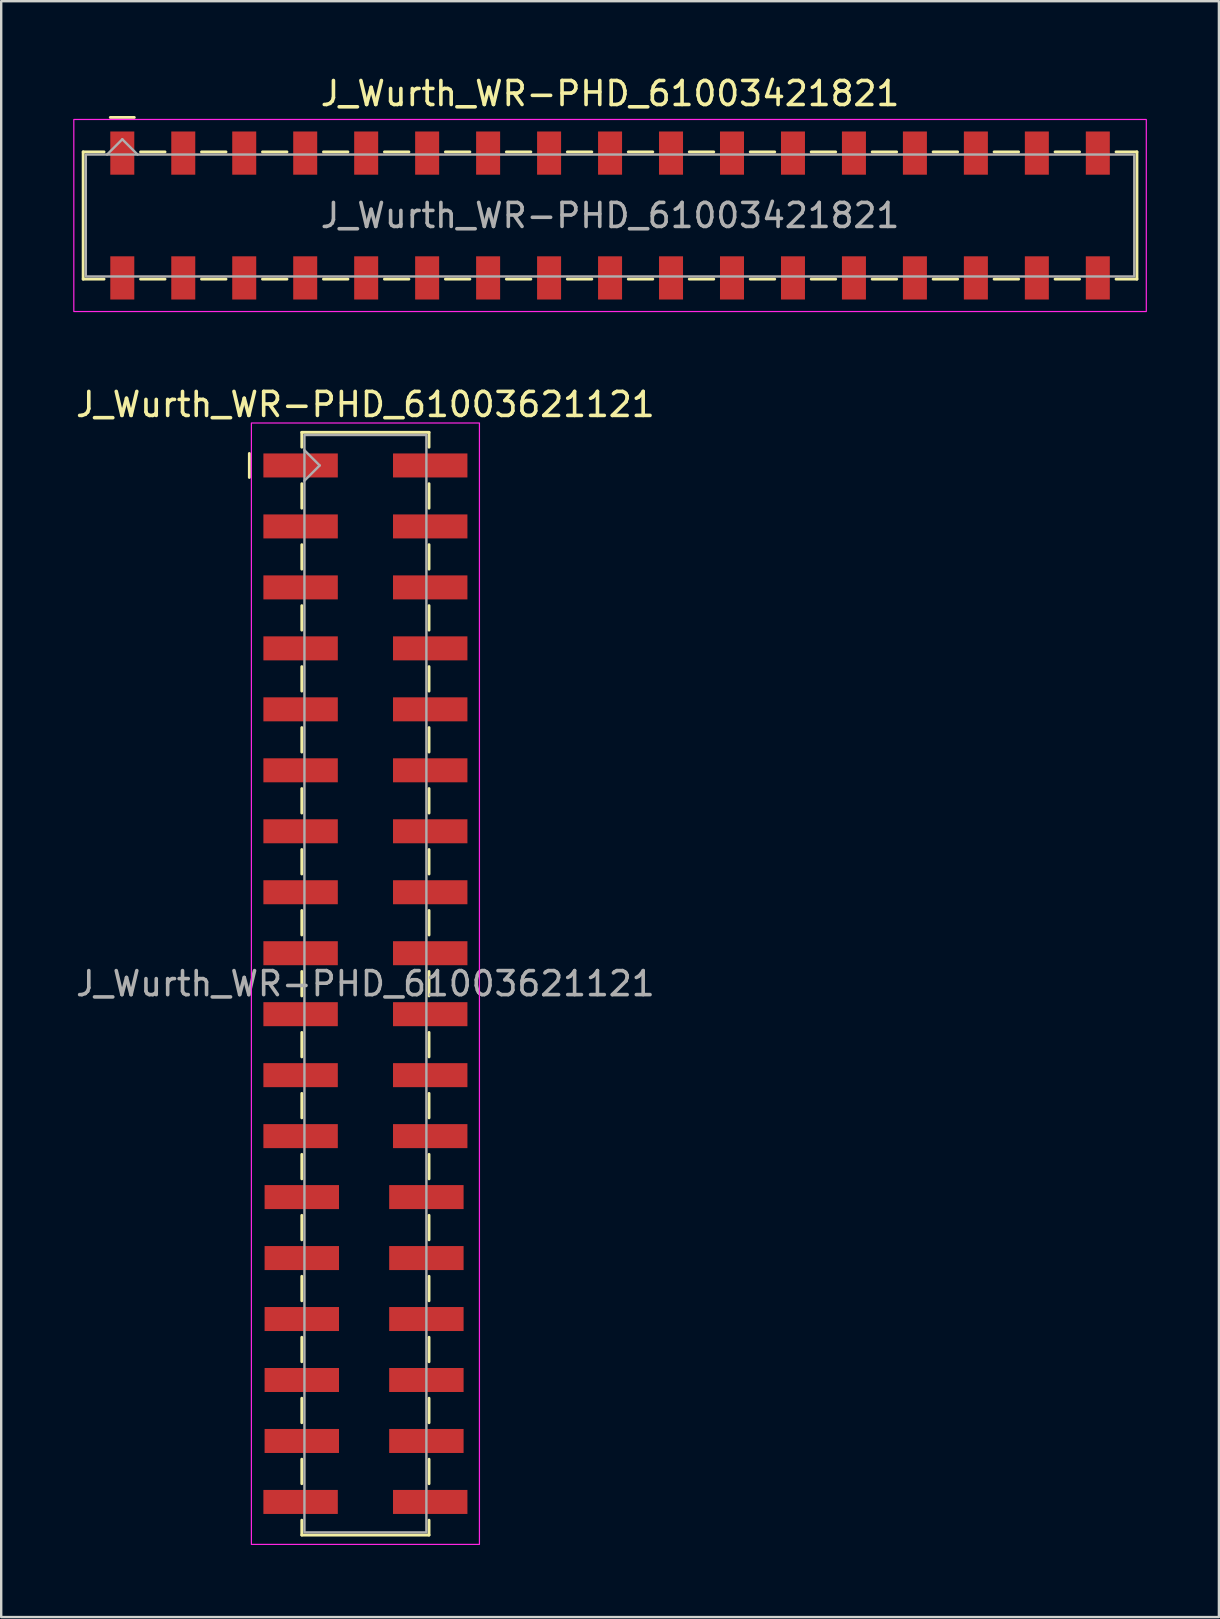
<source format=kicad_pcb>
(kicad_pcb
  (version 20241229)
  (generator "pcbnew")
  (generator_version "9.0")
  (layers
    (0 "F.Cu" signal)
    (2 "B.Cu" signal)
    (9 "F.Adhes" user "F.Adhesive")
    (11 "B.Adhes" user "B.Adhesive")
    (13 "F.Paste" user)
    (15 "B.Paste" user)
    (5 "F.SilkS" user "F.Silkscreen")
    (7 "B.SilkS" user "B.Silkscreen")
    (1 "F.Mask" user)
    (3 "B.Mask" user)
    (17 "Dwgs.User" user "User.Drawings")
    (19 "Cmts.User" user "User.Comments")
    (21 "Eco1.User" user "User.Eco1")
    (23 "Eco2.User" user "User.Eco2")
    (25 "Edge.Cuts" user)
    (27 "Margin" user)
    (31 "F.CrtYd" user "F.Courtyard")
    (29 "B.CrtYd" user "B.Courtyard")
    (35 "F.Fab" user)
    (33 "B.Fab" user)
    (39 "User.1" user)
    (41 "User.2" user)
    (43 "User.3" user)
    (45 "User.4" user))
  (footprint "J_Wurth_WR-PHD_61003621121"
    (layer "F.Cu")
    (at 12.173 37.931)
    (property "Reference" "J_Wurth_WR-PHD_61003621121" (at 0 -24.13 0) (unlocked yes) (layer "F.SilkS") (effects (font (size 1 1) (thickness 0.15))))
    (attr smd)
    (fp_line (start -4.835 -22.09) (end -4.835 -21.09) (stroke (width 0.12) (type solid)) (layer "F.SilkS"))
    (fp_line (start -2.65 -22.35) (end -2.65 -22.97) (stroke (width 0.12) (type solid)) (layer "F.SilkS"))
    (fp_line (start -2.65 -20.83) (end -2.65 -19.81) (stroke (width 0.12) (type solid)) (layer "F.SilkS"))
    (fp_line (start -2.65 -18.29) (end -2.65 -17.27) (stroke (width 0.12) (type solid)) (layer "F.SilkS"))
    (fp_line (start -2.65 -15.75) (end -2.65 -14.73) (stroke (width 0.12) (type solid)) (layer "F.SilkS"))
    (fp_line (start -2.65 -13.21) (end -2.65 -12.19) (stroke (width 0.12) (type solid)) (layer "F.SilkS"))
    (fp_line (start -2.65 -10.67) (end -2.65 -9.65) (stroke (width 0.12) (type solid)) (layer "F.SilkS"))
    (fp_line (start -2.65 -8.13) (end -2.65 -7.11) (stroke (width 0.12) (type solid)) (layer "F.SilkS"))
    (fp_line (start -2.65 -5.59) (end -2.65 -4.57) (stroke (width 0.12) (type solid)) (layer "F.SilkS"))
    (fp_line (start -2.65 -3.05) (end -2.65 -2.03) (stroke (width 0.12) (type solid)) (layer "F.SilkS"))
    (fp_line (start -2.65 -0.51) (end -2.65 0.51) (stroke (width 0.12) (type solid)) (layer "F.SilkS"))
    (fp_line (start -2.65 2.03) (end -2.65 3.05) (stroke (width 0.12) (type solid)) (layer "F.SilkS"))
    (fp_line (start -2.65 4.57) (end -2.65 5.59) (stroke (width 0.12) (type solid)) (layer "F.SilkS"))
    (fp_line (start -2.65 7.11) (end -2.65 8.13) (stroke (width 0.12) (type solid)) (layer "F.SilkS"))
    (fp_line (start -2.65 9.65) (end -2.65 10.67) (stroke (width 0.12) (type solid)) (layer "F.SilkS"))
    (fp_line (start -2.65 12.19) (end -2.65 13.21) (stroke (width 0.12) (type solid)) (layer "F.SilkS"))
    (fp_line (start -2.65 14.73) (end -2.65 15.75) (stroke (width 0.12) (type solid)) (layer "F.SilkS"))
    (fp_line (start -2.65 17.27) (end -2.65 18.29) (stroke (width 0.12) (type solid)) (layer "F.SilkS"))
    (fp_line (start -2.65 19.81) (end -2.65 20.83) (stroke (width 0.12) (type solid)) (layer "F.SilkS"))
    (fp_line (start -2.65 22.35) (end -2.65 22.97) (stroke (width 0.12) (type solid)) (layer "F.SilkS"))
    (fp_line (start 2.65 -22.97) (end -2.65 -22.97) (stroke (width 0.12) (type solid)) (layer "F.SilkS"))
    (fp_line (start 2.65 -22.97) (end 2.65 -22.35) (stroke (width 0.12) (type solid)) (layer "F.SilkS"))
    (fp_line (start 2.65 -20.83) (end 2.65 -19.81) (stroke (width 0.12) (type solid)) (layer "F.SilkS"))
    (fp_line (start 2.65 -18.29) (end 2.65 -17.27) (stroke (width 0.12) (type solid)) (layer "F.SilkS"))
    (fp_line (start 2.65 -15.75) (end 2.65 -14.73) (stroke (width 0.12) (type solid)) (layer "F.SilkS"))
    (fp_line (start 2.65 -13.21) (end 2.65 -12.19) (stroke (width 0.12) (type solid)) (layer "F.SilkS"))
    (fp_line (start 2.65 -10.67) (end 2.65 -9.65) (stroke (width 0.12) (type solid)) (layer "F.SilkS"))
    (fp_line (start 2.65 -8.13) (end 2.65 -7.11) (stroke (width 0.12) (type solid)) (layer "F.SilkS"))
    (fp_line (start 2.65 -5.59) (end 2.65 -4.57) (stroke (width 0.12) (type solid)) (layer "F.SilkS"))
    (fp_line (start 2.65 -3.05) (end 2.65 -2.03) (stroke (width 0.12) (type solid)) (layer "F.SilkS"))
    (fp_line (start 2.65 -0.51) (end 2.65 0.51) (stroke (width 0.12) (type solid)) (layer "F.SilkS"))
    (fp_line (start 2.65 2.03) (end 2.65 3.05) (stroke (width 0.12) (type solid)) (layer "F.SilkS"))
    (fp_line (start 2.65 4.57) (end 2.65 5.59) (stroke (width 0.12) (type solid)) (layer "F.SilkS"))
    (fp_line (start 2.65 7.11) (end 2.65 8.13) (stroke (width 0.12) (type solid)) (layer "F.SilkS"))
    (fp_line (start 2.65 9.65) (end 2.65 10.67) (stroke (width 0.12) (type solid)) (layer "F.SilkS"))
    (fp_line (start 2.65 12.19) (end 2.65 13.21) (stroke (width 0.12) (type solid)) (layer "F.SilkS"))
    (fp_line (start 2.65 14.73) (end 2.65 15.75) (stroke (width 0.12) (type solid)) (layer "F.SilkS"))
    (fp_line (start 2.65 17.27) (end 2.65 18.29) (stroke (width 0.12) (type solid)) (layer "F.SilkS"))
    (fp_line (start 2.65 19.81) (end 2.65 20.83) (stroke (width 0.12) (type solid)) (layer "F.SilkS"))
    (fp_line (start 2.65 22.35) (end 2.65 22.97) (stroke (width 0.12) (type solid)) (layer "F.SilkS"))
    (fp_line (start 2.65 22.97) (end -2.65 22.97) (stroke (width 0.12) (type solid)) (layer "F.SilkS"))
    (fp_rect (start -4.75 -23.36) (end 4.75 23.36) (stroke (width 0.05) (type solid)) (fill no) (layer "F.CrtYd"))
    (fp_line (start -2.54 -22.225) (end -1.905 -21.59) (stroke (width 0.1) (type default)) (layer "F.Fab"))
    (fp_line (start -1.905 -21.59) (end -2.54 -20.955) (stroke (width 0.1) (type default)) (layer "F.Fab"))
    (fp_rect (start -2.54 -22.86) (end 2.54 22.86) (stroke (width 0.1) (type solid)) (fill no) (layer "F.Fab"))
    (fp_text user "${REFERENCE}" (at 0 0 0) (unlocked yes) (layer "F.Fab") (effects (font (size 1 1) (thickness 0.15))))
    (pad "1" smd rect (at -2.7 -21.59 270) (size 1 3.1) (layers "F.Cu" "F.Mask" "F.Paste"))
    (pad "2" smd rect (at 2.7 -21.59 270) (size 1 3.1) (layers "F.Cu" "F.Mask" "F.Paste"))
    (pad "3" smd rect (at -2.7 -19.05 270) (size 1 3.1) (layers "F.Cu" "F.Mask" "F.Paste"))
    (pad "4" smd rect (at 2.7 -19.05 270) (size 1 3.1) (layers "F.Cu" "F.Mask" "F.Paste"))
    (pad "5" smd rect (at -2.7 -16.51 270) (size 1 3.1) (layers "F.Cu" "F.Mask" "F.Paste"))
    (pad "6" smd rect (at 2.7 -16.51 270) (size 1 3.1) (layers "F.Cu" "F.Mask" "F.Paste"))
    (pad "7" smd rect (at -2.7 -13.97 270) (size 1 3.1) (layers "F.Cu" "F.Mask" "F.Paste"))
    (pad "8" smd rect (at 2.7 -13.97 270) (size 1 3.1) (layers "F.Cu" "F.Mask" "F.Paste"))
    (pad "9" smd rect (at -2.7 -11.43 270) (size 1 3.1) (layers "F.Cu" "F.Mask" "F.Paste"))
    (pad "10" smd rect (at 2.7 -11.43 270) (size 1 3.1) (layers "F.Cu" "F.Mask" "F.Paste"))
    (pad "11" smd rect (at -2.7 -8.89 270) (size 1 3.1) (layers "F.Cu" "F.Mask" "F.Paste"))
    (pad "12" smd rect (at 2.7 -8.89 270) (size 1 3.1) (layers "F.Cu" "F.Mask" "F.Paste"))
    (pad "13" smd rect (at -2.7 -6.35 270) (size 1 3.1) (layers "F.Cu" "F.Mask" "F.Paste"))
    (pad "14" smd rect (at 2.7 -6.35 270) (size 1 3.1) (layers "F.Cu" "F.Mask" "F.Paste"))
    (pad "15" smd rect (at -2.7 -3.81 270) (size 1 3.1) (layers "F.Cu" "F.Mask" "F.Paste"))
    (pad "16" smd rect (at 2.7 -3.81 270) (size 1 3.1) (layers "F.Cu" "F.Mask" "F.Paste"))
    (pad "17" smd rect (at -2.7 -1.27 270) (size 1 3.1) (layers "F.Cu" "F.Mask" "F.Paste"))
    (pad "18" smd rect (at 2.7 -1.27 270) (size 1 3.1) (layers "F.Cu" "F.Mask" "F.Paste"))
    (pad "19" smd rect (at -2.7 1.27 270) (size 1 3.1) (layers "F.Cu" "F.Mask" "F.Paste"))
    (pad "20" smd rect (at 2.7 1.27 270) (size 1 3.1) (layers "F.Cu" "F.Mask" "F.Paste"))
    (pad "21" smd rect (at -2.7 3.81 270) (size 1 3.1) (layers "F.Cu" "F.Mask" "F.Paste"))
    (pad "22" smd rect (at 2.7 3.81 270) (size 1 3.1) (layers "F.Cu" "F.Mask" "F.Paste"))
    (pad "23" smd rect (at -2.7 6.35 270) (size 1 3.1) (layers "F.Cu" "F.Mask" "F.Paste"))
    (pad "24" smd rect (at 2.7 6.35 270) (size 1 3.1) (layers "F.Cu" "F.Mask" "F.Paste"))
    (pad "25" smd rect (at -2.65 8.89 270) (size 1 3.1) (layers "F.Cu" "F.Mask" "F.Paste"))
    (pad "26" smd rect (at 2.54 8.89 270) (size 1 3.1) (layers "F.Cu" "F.Mask" "F.Paste"))
    (pad "27" smd rect (at -2.65 11.43 270) (size 1 3.1) (layers "F.Cu" "F.Mask" "F.Paste"))
    (pad "28" smd rect (at 2.54 11.43 270) (size 1 3.1) (layers "F.Cu" "F.Mask" "F.Paste"))
    (pad "29" smd rect (at -2.65 13.97 270) (size 1 3.1) (layers "F.Cu" "F.Mask" "F.Paste"))
    (pad "30" smd rect (at 2.54 13.97 270) (size 1 3.1) (layers "F.Cu" "F.Mask" "F.Paste"))
    (pad "31" smd rect (at -2.65 16.51 270) (size 1 3.1) (layers "F.Cu" "F.Mask" "F.Paste"))
    (pad "32" smd rect (at 2.54 16.51 270) (size 1 3.1) (layers "F.Cu" "F.Mask" "F.Paste"))
    (pad "33" smd rect (at -2.65 19.05 270) (size 1 3.1) (layers "F.Cu" "F.Mask" "F.Paste"))
    (pad "34" smd rect (at 2.54 19.05 270) (size 1 3.1) (layers "F.Cu" "F.Mask" "F.Paste"))
    (pad "35" smd rect (at -2.7 21.59 270) (size 1 3.1) (layers "F.Cu" "F.Mask" "F.Paste"))
    (pad "36" smd rect (at 2.7 21.59 270) (size 1 3.1) (layers "F.Cu" "F.Mask" "F.Paste")))
  (footprint "J_Wurth_WR-PHD_61003421821"
    (layer "F.Cu")
    (at 22.365 5.928)
    (property "Reference" "J_Wurth_WR-PHD_61003421821" (at 0 -5.08 0) (unlocked yes) (layer "F.SilkS") (effects (font (size 1 1) (thickness 0.15))))
    (attr smd)
    (fp_line (start -21.95 -2.65) (end -21.95 2.65) (stroke (width 0.12) (type solid)) (layer "F.SilkS"))
    (fp_line (start -21.95 -2.65) (end -21.08 -2.65) (stroke (width 0.12) (type solid)) (layer "F.SilkS"))
    (fp_line (start -21.95 2.65) (end -21.08 2.65) (stroke (width 0.12) (type solid)) (layer "F.SilkS"))
    (fp_line (start -20.82 -4.085) (end -19.82 -4.085) (stroke (width 0.12) (type solid)) (layer "F.SilkS"))
    (fp_line (start -19.56 -2.65) (end -18.54 -2.65) (stroke (width 0.12) (type solid)) (layer "F.SilkS"))
    (fp_line (start -19.56 2.65) (end -18.54 2.65) (stroke (width 0.12) (type solid)) (layer "F.SilkS"))
    (fp_line (start -17.02 -2.65) (end -16 -2.65) (stroke (width 0.12) (type solid)) (layer "F.SilkS"))
    (fp_line (start -17.02 2.65) (end -16 2.65) (stroke (width 0.12) (type solid)) (layer "F.SilkS"))
    (fp_line (start -14.48 -2.65) (end -13.46 -2.65) (stroke (width 0.12) (type solid)) (layer "F.SilkS"))
    (fp_line (start -14.48 2.65) (end -13.46 2.65) (stroke (width 0.12) (type solid)) (layer "F.SilkS"))
    (fp_line (start -11.94 -2.65) (end -10.92 -2.65) (stroke (width 0.12) (type solid)) (layer "F.SilkS"))
    (fp_line (start -11.94 2.65) (end -10.92 2.65) (stroke (width 0.12) (type solid)) (layer "F.SilkS"))
    (fp_line (start -9.4 -2.65) (end -8.38 -2.65) (stroke (width 0.12) (type solid)) (layer "F.SilkS"))
    (fp_line (start -9.4 2.65) (end -8.38 2.65) (stroke (width 0.12) (type solid)) (layer "F.SilkS"))
    (fp_line (start -6.86 -2.65) (end -5.84 -2.65) (stroke (width 0.12) (type solid)) (layer "F.SilkS"))
    (fp_line (start -6.86 2.65) (end -5.84 2.65) (stroke (width 0.12) (type solid)) (layer "F.SilkS"))
    (fp_line (start -4.32 -2.65) (end -3.3 -2.65) (stroke (width 0.12) (type solid)) (layer "F.SilkS"))
    (fp_line (start -4.32 2.65) (end -3.3 2.65) (stroke (width 0.12) (type solid)) (layer "F.SilkS"))
    (fp_line (start -1.78 -2.65) (end -0.76 -2.65) (stroke (width 0.12) (type solid)) (layer "F.SilkS"))
    (fp_line (start -1.78 2.65) (end -0.76 2.65) (stroke (width 0.12) (type solid)) (layer "F.SilkS"))
    (fp_line (start 0.76 -2.65) (end 1.78 -2.65) (stroke (width 0.12) (type solid)) (layer "F.SilkS"))
    (fp_line (start 0.76 2.65) (end 1.78 2.65) (stroke (width 0.12) (type solid)) (layer "F.SilkS"))
    (fp_line (start 3.3 -2.65) (end 4.32 -2.65) (stroke (width 0.12) (type solid)) (layer "F.SilkS"))
    (fp_line (start 3.3 2.65) (end 4.32 2.65) (stroke (width 0.12) (type solid)) (layer "F.SilkS"))
    (fp_line (start 5.84 -2.65) (end 6.86 -2.65) (stroke (width 0.12) (type solid)) (layer "F.SilkS"))
    (fp_line (start 5.84 2.65) (end 6.86 2.65) (stroke (width 0.12) (type solid)) (layer "F.SilkS"))
    (fp_line (start 8.38 -2.65) (end 9.4 -2.65) (stroke (width 0.12) (type solid)) (layer "F.SilkS"))
    (fp_line (start 8.38 2.65) (end 9.4 2.65) (stroke (width 0.12) (type solid)) (layer "F.SilkS"))
    (fp_line (start 10.92 -2.65) (end 11.94 -2.65) (stroke (width 0.12) (type solid)) (layer "F.SilkS"))
    (fp_line (start 10.92 2.65) (end 11.94 2.65) (stroke (width 0.12) (type solid)) (layer "F.SilkS"))
    (fp_line (start 13.46 -2.65) (end 14.48 -2.65) (stroke (width 0.12) (type solid)) (layer "F.SilkS"))
    (fp_line (start 13.46 2.65) (end 14.48 2.65) (stroke (width 0.12) (type solid)) (layer "F.SilkS"))
    (fp_line (start 16 -2.65) (end 17.02 -2.65) (stroke (width 0.12) (type solid)) (layer "F.SilkS"))
    (fp_line (start 16 2.65) (end 17.02 2.65) (stroke (width 0.12) (type solid)) (layer "F.SilkS"))
    (fp_line (start 18.54 -2.65) (end 19.56 -2.65) (stroke (width 0.12) (type solid)) (layer "F.SilkS"))
    (fp_line (start 18.54 2.65) (end 19.56 2.65) (stroke (width 0.12) (type solid)) (layer "F.SilkS"))
    (fp_line (start 21.08 -2.65) (end 21.95 -2.65) (stroke (width 0.12) (type solid)) (layer "F.SilkS"))
    (fp_line (start 21.08 2.65) (end 21.95 2.65) (stroke (width 0.12) (type solid)) (layer "F.SilkS"))
    (fp_line (start 21.95 -2.65) (end 21.95 2.65) (stroke (width 0.12) (type solid)) (layer "F.SilkS"))
    (fp_rect (start -22.34 -4) (end 22.34 4) (stroke (width 0.05) (type solid)) (fill no) (layer "F.CrtYd"))
    (fp_line (start -20.955 -2.54) (end -20.32 -3.175) (stroke (width 0.1) (type default)) (layer "F.Fab"))
    (fp_line (start -20.32 -3.175) (end -19.685 -2.54) (stroke (width 0.1) (type default)) (layer "F.Fab"))
    (fp_rect (start -21.84 -2.54) (end 21.84 2.54) (stroke (width 0.1) (type solid)) (fill no) (layer "F.Fab"))
    (fp_text user "${REFERENCE}" (at 0 0 0) (unlocked yes) (layer "F.Fab") (effects (font (size 1 1) (thickness 0.15))))
    (pad "1" smd rect (at -20.32 -2.6) (size 1 1.8) (layers "F.Cu" "F.Mask" "F.Paste"))
    (pad "2" smd rect (at -20.32 2.6) (size 1 1.8) (layers "F.Cu" "F.Mask" "F.Paste"))
    (pad "3" smd rect (at -17.78 -2.6) (size 1 1.8) (layers "F.Cu" "F.Mask" "F.Paste"))
    (pad "4" smd rect (at -17.78 2.6) (size 1 1.8) (layers "F.Cu" "F.Mask" "F.Paste"))
    (pad "5" smd rect (at -15.24 -2.6) (size 1 1.8) (layers "F.Cu" "F.Mask" "F.Paste"))
    (pad "6" smd rect (at -15.24 2.6) (size 1 1.8) (layers "F.Cu" "F.Mask" "F.Paste"))
    (pad "7" smd rect (at -12.7 -2.6) (size 1 1.8) (layers "F.Cu" "F.Mask" "F.Paste"))
    (pad "8" smd rect (at -12.7 2.6) (size 1 1.8) (layers "F.Cu" "F.Mask" "F.Paste"))
    (pad "9" smd rect (at -10.16 -2.6) (size 1 1.8) (layers "F.Cu" "F.Mask" "F.Paste"))
    (pad "10" smd rect (at -10.16 2.6) (size 1 1.8) (layers "F.Cu" "F.Mask" "F.Paste"))
    (pad "11" smd rect (at -7.62 -2.6) (size 1 1.8) (layers "F.Cu" "F.Mask" "F.Paste"))
    (pad "12" smd rect (at -7.62 2.6) (size 1 1.8) (layers "F.Cu" "F.Mask" "F.Paste"))
    (pad "13" smd rect (at -5.08 -2.6) (size 1 1.8) (layers "F.Cu" "F.Mask" "F.Paste"))
    (pad "14" smd rect (at -5.08 2.6) (size 1 1.8) (layers "F.Cu" "F.Mask" "F.Paste"))
    (pad "15" smd rect (at -2.54 -2.6) (size 1 1.8) (layers "F.Cu" "F.Mask" "F.Paste"))
    (pad "16" smd rect (at -2.54 2.6) (size 1 1.8) (layers "F.Cu" "F.Mask" "F.Paste"))
    (pad "17" smd rect (at 0 -2.6) (size 1 1.8) (layers "F.Cu" "F.Mask" "F.Paste"))
    (pad "18" smd rect (at 0 2.6) (size 1 1.8) (layers "F.Cu" "F.Mask" "F.Paste"))
    (pad "19" smd rect (at 2.54 -2.6) (size 1 1.8) (layers "F.Cu" "F.Mask" "F.Paste"))
    (pad "20" smd rect (at 2.54 2.6) (size 1 1.8) (layers "F.Cu" "F.Mask" "F.Paste"))
    (pad "21" smd rect (at 5.08 -2.6) (size 1 1.8) (layers "F.Cu" "F.Mask" "F.Paste"))
    (pad "22" smd rect (at 5.08 2.6) (size 1 1.8) (layers "F.Cu" "F.Mask" "F.Paste"))
    (pad "23" smd rect (at 7.62 -2.6) (size 1 1.8) (layers "F.Cu" "F.Mask" "F.Paste"))
    (pad "24" smd rect (at 7.62 2.6) (size 1 1.8) (layers "F.Cu" "F.Mask" "F.Paste"))
    (pad "25" smd rect (at 10.16 -2.6) (size 1 1.8) (layers "F.Cu" "F.Mask" "F.Paste"))
    (pad "26" smd rect (at 10.16 2.6) (size 1 1.8) (layers "F.Cu" "F.Mask" "F.Paste"))
    (pad "27" smd rect (at 12.7 -2.6) (size 1 1.8) (layers "F.Cu" "F.Mask" "F.Paste"))
    (pad "28" smd rect (at 12.7 2.6) (size 1 1.8) (layers "F.Cu" "F.Mask" "F.Paste"))
    (pad "29" smd rect (at 15.24 -2.6) (size 1 1.8) (layers "F.Cu" "F.Mask" "F.Paste"))
    (pad "30" smd rect (at 15.24 2.6) (size 1 1.8) (layers "F.Cu" "F.Mask" "F.Paste"))
    (pad "31" smd rect (at 17.78 -2.6) (size 1 1.8) (layers "F.Cu" "F.Mask" "F.Paste"))
    (pad "32" smd rect (at 17.78 2.6) (size 1 1.8) (layers "F.Cu" "F.Mask" "F.Paste"))
    (pad "33" smd rect (at 20.32 -2.6) (size 1 1.8) (layers "F.Cu" "F.Mask" "F.Paste"))
    (pad "34" smd rect (at 20.32 2.6) (size 1 1.8) (layers "F.Cu" "F.Mask" "F.Paste")))
  (gr_rect
    (start -3 -3)
    (end 47.73 64.317)
    (stroke (width 0.1) (type default))
    (fill no)
    (layer "Edge.Cuts")))
</source>
